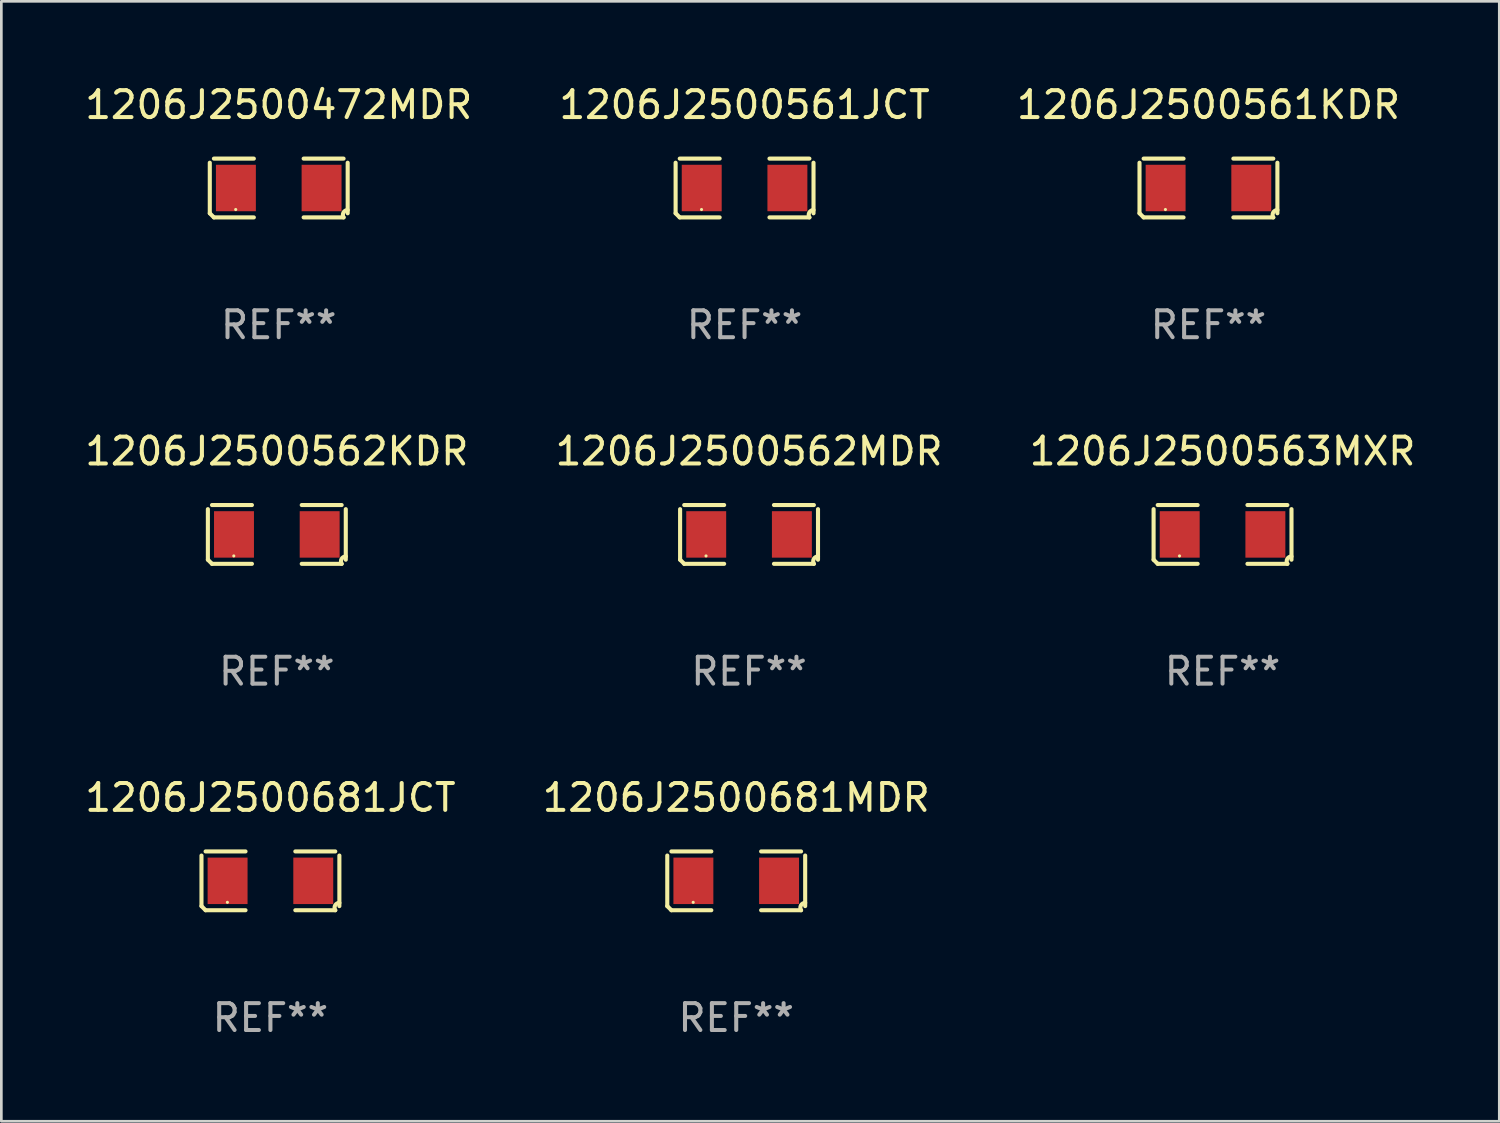
<source format=kicad_pcb>
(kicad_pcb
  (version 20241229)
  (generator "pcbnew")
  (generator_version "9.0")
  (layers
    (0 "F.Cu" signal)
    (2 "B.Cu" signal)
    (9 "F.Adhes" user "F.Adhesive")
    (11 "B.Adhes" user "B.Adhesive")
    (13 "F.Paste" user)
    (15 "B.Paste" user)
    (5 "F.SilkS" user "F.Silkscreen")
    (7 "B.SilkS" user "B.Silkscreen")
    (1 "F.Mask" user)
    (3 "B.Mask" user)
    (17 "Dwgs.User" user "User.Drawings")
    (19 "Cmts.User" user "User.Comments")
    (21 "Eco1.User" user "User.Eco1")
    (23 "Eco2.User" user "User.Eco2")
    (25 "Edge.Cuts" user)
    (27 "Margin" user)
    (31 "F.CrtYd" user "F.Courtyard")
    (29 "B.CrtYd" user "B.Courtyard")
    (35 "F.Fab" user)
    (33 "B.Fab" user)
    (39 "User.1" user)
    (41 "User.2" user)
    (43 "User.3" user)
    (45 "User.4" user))
  (footprint "1206J2500561KDR"
    (layer "F.Cu")
    (at 41.887 3.941)
    (property "Reference" "1206J2500561KDR" (at 0 -3.093 0) (layer "F.SilkS") (effects (font (size 1 1) (thickness 0.15))))
    (attr through_hole)
    (fp_line (start -2.564 0.94) (end -2.564 -0.94) (stroke (width 0.152) (type solid)) (layer "F.SilkS"))
    (fp_line (start -2.411 -1.093) (end -0.926 -1.093) (stroke (width 0.152) (type solid)) (layer "F.SilkS"))
    (fp_line (start -0.926 1.093) (end -2.411 1.093) (stroke (width 0.152) (type solid)) (layer "F.SilkS"))
    (fp_line (start 0.926 1.093) (end 2.411 1.093) (stroke (width 0.152) (type solid)) (layer "F.SilkS"))
    (fp_line (start 2.411 -1.093) (end 0.926 -1.093) (stroke (width 0.152) (type solid)) (layer "F.SilkS"))
    (fp_line (start 2.564 0.94) (end 2.564 -0.94) (stroke (width 0.152) (type solid)) (layer "F.SilkS"))
    (fp_arc (start -2.411201 1.092609) (mid -2.487413 1.01642) (end -2.563602 0.940208) (stroke (width 0.1524) (type solid)) (layer "F.SilkS"))
    (fp_arc (start 2.411201 1.092609) (mid 2.407159 0.911226) (end 2.563602 0.819347) (stroke (width 0.1524) (type solid)) (layer "F.SilkS"))
    (fp_circle (center -1.6 0.8) (end -1.57 0.8) (stroke (width 0.06) (type solid)) (fill no) (layer "F.SilkS"))
    (fp_text user "REF**" (at 0 5.093 0) (layer "F.Fab") (effects (font (size 1 1) (thickness 0.15))))
    (pad "1" smd rect (at -1.593 0) (size 1.485 1.728) (layers "F.Cu" "F.Mask" "F.Paste"))
    (pad "2" smd rect (at 1.593 0) (size 1.485 1.728) (layers "F.Cu" "F.Mask" "F.Paste")))
  (footprint "1206J2500472MDR"
    (layer "F.Cu")
    (at 7.315 3.941)
    (property "Reference" "1206J2500472MDR" (at 0 -3.093 0) (layer "F.SilkS") (effects (font (size 1 1) (thickness 0.15))))
    (attr through_hole)
    (fp_line (start -2.564 0.94) (end -2.564 -0.94) (stroke (width 0.152) (type solid)) (layer "F.SilkS"))
    (fp_line (start -2.411 -1.093) (end -0.926 -1.093) (stroke (width 0.152) (type solid)) (layer "F.SilkS"))
    (fp_line (start -0.926 1.093) (end -2.411 1.093) (stroke (width 0.152) (type solid)) (layer "F.SilkS"))
    (fp_line (start 0.926 1.093) (end 2.411 1.093) (stroke (width 0.152) (type solid)) (layer "F.SilkS"))
    (fp_line (start 2.411 -1.093) (end 0.926 -1.093) (stroke (width 0.152) (type solid)) (layer "F.SilkS"))
    (fp_line (start 2.564 0.94) (end 2.564 -0.94) (stroke (width 0.152) (type solid)) (layer "F.SilkS"))
    (fp_arc (start -2.411201 1.092609) (mid -2.487413 1.01642) (end -2.563602 0.940208) (stroke (width 0.1524) (type solid)) (layer "F.SilkS"))
    (fp_arc (start 2.411201 1.092609) (mid 2.407159 0.911226) (end 2.563602 0.819347) (stroke (width 0.1524) (type solid)) (layer "F.SilkS"))
    (fp_circle (center -1.6 0.8) (end -1.57 0.8) (stroke (width 0.06) (type solid)) (fill no) (layer "F.SilkS"))
    (fp_text user "REF**" (at 0 5.093 0) (layer "F.Fab") (effects (font (size 1 1) (thickness 0.15))))
    (pad "1" smd rect (at -1.593 0) (size 1.485 1.728) (layers "F.Cu" "F.Mask" "F.Paste"))
    (pad "2" smd rect (at 1.593 0) (size 1.485 1.728) (layers "F.Cu" "F.Mask" "F.Paste")))
  (footprint "1206J2500562MDR"
    (layer "F.Cu")
    (at 24.804 16.823)
    (property "Reference" "1206J2500562MDR" (at 0 -3.093 0) (layer "F.SilkS") (effects (font (size 1 1) (thickness 0.15))))
    (attr through_hole)
    (fp_line (start -2.564 0.94) (end -2.564 -0.94) (stroke (width 0.152) (type solid)) (layer "F.SilkS"))
    (fp_line (start -2.411 -1.093) (end -0.926 -1.093) (stroke (width 0.152) (type solid)) (layer "F.SilkS"))
    (fp_line (start -0.926 1.093) (end -2.411 1.093) (stroke (width 0.152) (type solid)) (layer "F.SilkS"))
    (fp_line (start 0.926 1.093) (end 2.411 1.093) (stroke (width 0.152) (type solid)) (layer "F.SilkS"))
    (fp_line (start 2.411 -1.093) (end 0.926 -1.093) (stroke (width 0.152) (type solid)) (layer "F.SilkS"))
    (fp_line (start 2.564 0.94) (end 2.564 -0.94) (stroke (width 0.152) (type solid)) (layer "F.SilkS"))
    (fp_arc (start -2.411201 1.092609) (mid -2.487413 1.01642) (end -2.563602 0.940208) (stroke (width 0.1524) (type solid)) (layer "F.SilkS"))
    (fp_arc (start 2.411201 1.092609) (mid 2.407159 0.911226) (end 2.563602 0.819347) (stroke (width 0.1524) (type solid)) (layer "F.SilkS"))
    (fp_circle (center -1.6 0.8) (end -1.57 0.8) (stroke (width 0.06) (type solid)) (fill no) (layer "F.SilkS"))
    (fp_text user "REF**" (at 0 5.093 0) (layer "F.Fab") (effects (font (size 1 1) (thickness 0.15))))
    (pad "1" smd rect (at -1.593 0) (size 1.485 1.728) (layers "F.Cu" "F.Mask" "F.Paste"))
    (pad "2" smd rect (at 1.593 0) (size 1.485 1.728) (layers "F.Cu" "F.Mask" "F.Paste")))
  (footprint "1206J2500562KDR"
    (layer "F.Cu")
    (at 7.244 16.823)
    (property "Reference" "1206J2500562KDR" (at 0 -3.093 0) (layer "F.SilkS") (effects (font (size 1 1) (thickness 0.15))))
    (attr through_hole)
    (fp_line (start -2.564 0.94) (end -2.564 -0.94) (stroke (width 0.152) (type solid)) (layer "F.SilkS"))
    (fp_line (start -2.411 -1.093) (end -0.926 -1.093) (stroke (width 0.152) (type solid)) (layer "F.SilkS"))
    (fp_line (start -0.926 1.093) (end -2.411 1.093) (stroke (width 0.152) (type solid)) (layer "F.SilkS"))
    (fp_line (start 0.926 1.093) (end 2.411 1.093) (stroke (width 0.152) (type solid)) (layer "F.SilkS"))
    (fp_line (start 2.411 -1.093) (end 0.926 -1.093) (stroke (width 0.152) (type solid)) (layer "F.SilkS"))
    (fp_line (start 2.564 0.94) (end 2.564 -0.94) (stroke (width 0.152) (type solid)) (layer "F.SilkS"))
    (fp_arc (start -2.411201 1.092609) (mid -2.487413 1.01642) (end -2.563602 0.940208) (stroke (width 0.1524) (type solid)) (layer "F.SilkS"))
    (fp_arc (start 2.411201 1.092609) (mid 2.407159 0.911226) (end 2.563602 0.819347) (stroke (width 0.1524) (type solid)) (layer "F.SilkS"))
    (fp_circle (center -1.6 0.8) (end -1.57 0.8) (stroke (width 0.06) (type solid)) (fill no) (layer "F.SilkS"))
    (fp_text user "REF**" (at 0 5.093 0) (layer "F.Fab") (effects (font (size 1 1) (thickness 0.15))))
    (pad "1" smd rect (at -1.593 0) (size 1.485 1.728) (layers "F.Cu" "F.Mask" "F.Paste"))
    (pad "2" smd rect (at 1.593 0) (size 1.485 1.728) (layers "F.Cu" "F.Mask" "F.Paste")))
  (footprint "1206J2500563MXR"
    (layer "F.Cu")
    (at 42.411 16.823)
    (property "Reference" "1206J2500563MXR" (at 0 -3.093 0) (layer "F.SilkS") (effects (font (size 1 1) (thickness 0.15))))
    (attr through_hole)
    (fp_line (start -2.564 0.94) (end -2.564 -0.94) (stroke (width 0.152) (type solid)) (layer "F.SilkS"))
    (fp_line (start -2.411 -1.093) (end -0.926 -1.093) (stroke (width 0.152) (type solid)) (layer "F.SilkS"))
    (fp_line (start -0.926 1.093) (end -2.411 1.093) (stroke (width 0.152) (type solid)) (layer "F.SilkS"))
    (fp_line (start 0.926 1.093) (end 2.411 1.093) (stroke (width 0.152) (type solid)) (layer "F.SilkS"))
    (fp_line (start 2.411 -1.093) (end 0.926 -1.093) (stroke (width 0.152) (type solid)) (layer "F.SilkS"))
    (fp_line (start 2.564 0.94) (end 2.564 -0.94) (stroke (width 0.152) (type solid)) (layer "F.SilkS"))
    (fp_arc (start -2.411201 1.092609) (mid -2.487413 1.01642) (end -2.563602 0.940208) (stroke (width 0.1524) (type solid)) (layer "F.SilkS"))
    (fp_arc (start 2.411201 1.092609) (mid 2.407159 0.911226) (end 2.563602 0.819347) (stroke (width 0.1524) (type solid)) (layer "F.SilkS"))
    (fp_circle (center -1.6 0.8) (end -1.57 0.8) (stroke (width 0.06) (type solid)) (fill no) (layer "F.SilkS"))
    (fp_text user "REF**" (at 0 5.093 0) (layer "F.Fab") (effects (font (size 1 1) (thickness 0.15))))
    (pad "1" smd rect (at -1.593 0) (size 1.485 1.728) (layers "F.Cu" "F.Mask" "F.Paste"))
    (pad "2" smd rect (at 1.593 0) (size 1.485 1.728) (layers "F.Cu" "F.Mask" "F.Paste")))
  (footprint "1206J2500681MDR"
    (layer "F.Cu")
    (at 24.327 29.704)
    (property "Reference" "1206J2500681MDR" (at 0 -3.093 0) (layer "F.SilkS") (effects (font (size 1 1) (thickness 0.15))))
    (attr through_hole)
    (fp_line (start -2.564 0.94) (end -2.564 -0.94) (stroke (width 0.152) (type solid)) (layer "F.SilkS"))
    (fp_line (start -2.411 -1.093) (end -0.926 -1.093) (stroke (width 0.152) (type solid)) (layer "F.SilkS"))
    (fp_line (start -0.926 1.093) (end -2.411 1.093) (stroke (width 0.152) (type solid)) (layer "F.SilkS"))
    (fp_line (start 0.926 1.093) (end 2.411 1.093) (stroke (width 0.152) (type solid)) (layer "F.SilkS"))
    (fp_line (start 2.411 -1.093) (end 0.926 -1.093) (stroke (width 0.152) (type solid)) (layer "F.SilkS"))
    (fp_line (start 2.564 0.94) (end 2.564 -0.94) (stroke (width 0.152) (type solid)) (layer "F.SilkS"))
    (fp_arc (start -2.411201 1.092609) (mid -2.487413 1.01642) (end -2.563602 0.940208) (stroke (width 0.1524) (type solid)) (layer "F.SilkS"))
    (fp_arc (start 2.411201 1.092609) (mid 2.407159 0.911226) (end 2.563602 0.819347) (stroke (width 0.1524) (type solid)) (layer "F.SilkS"))
    (fp_circle (center -1.6 0.8) (end -1.57 0.8) (stroke (width 0.06) (type solid)) (fill no) (layer "F.SilkS"))
    (fp_text user "REF**" (at 0 5.093 0) (layer "F.Fab") (effects (font (size 1 1) (thickness 0.15))))
    (pad "1" smd rect (at -1.593 0) (size 1.485 1.728) (layers "F.Cu" "F.Mask" "F.Paste"))
    (pad "2" smd rect (at 1.593 0) (size 1.485 1.728) (layers "F.Cu" "F.Mask" "F.Paste")))
  (footprint "1206J2500681JCT"
    (layer "F.Cu")
    (at 7.006 29.704)
    (property "Reference" "1206J2500681JCT" (at 0 -3.093 0) (layer "F.SilkS") (effects (font (size 1 1) (thickness 0.15))))
    (attr through_hole)
    (fp_line (start -2.564 0.94) (end -2.564 -0.94) (stroke (width 0.152) (type solid)) (layer "F.SilkS"))
    (fp_line (start -2.411 -1.093) (end -0.926 -1.093) (stroke (width 0.152) (type solid)) (layer "F.SilkS"))
    (fp_line (start -0.926 1.093) (end -2.411 1.093) (stroke (width 0.152) (type solid)) (layer "F.SilkS"))
    (fp_line (start 0.926 1.093) (end 2.411 1.093) (stroke (width 0.152) (type solid)) (layer "F.SilkS"))
    (fp_line (start 2.411 -1.093) (end 0.926 -1.093) (stroke (width 0.152) (type solid)) (layer "F.SilkS"))
    (fp_line (start 2.564 0.94) (end 2.564 -0.94) (stroke (width 0.152) (type solid)) (layer "F.SilkS"))
    (fp_arc (start -2.411201 1.092609) (mid -2.487413 1.01642) (end -2.563602 0.940208) (stroke (width 0.1524) (type solid)) (layer "F.SilkS"))
    (fp_arc (start 2.411201 1.092609) (mid 2.407159 0.911226) (end 2.563602 0.819347) (stroke (width 0.1524) (type solid)) (layer "F.SilkS"))
    (fp_circle (center -1.6 0.8) (end -1.57 0.8) (stroke (width 0.06) (type solid)) (fill no) (layer "F.SilkS"))
    (fp_text user "REF**" (at 0 5.093 0) (layer "F.Fab") (effects (font (size 1 1) (thickness 0.15))))
    (pad "1" smd rect (at -1.593 0) (size 1.485 1.728) (layers "F.Cu" "F.Mask" "F.Paste"))
    (pad "2" smd rect (at 1.593 0) (size 1.485 1.728) (layers "F.Cu" "F.Mask" "F.Paste")))
  (footprint "1206J2500561JCT"
    (layer "F.Cu")
    (at 24.637 3.941)
    (property "Reference" "1206J2500561JCT" (at 0 -3.093 0) (layer "F.SilkS") (effects (font (size 1 1) (thickness 0.15))))
    (attr through_hole)
    (fp_line (start -2.564 0.94) (end -2.564 -0.94) (stroke (width 0.152) (type solid)) (layer "F.SilkS"))
    (fp_line (start -2.411 -1.093) (end -0.926 -1.093) (stroke (width 0.152) (type solid)) (layer "F.SilkS"))
    (fp_line (start -0.926 1.093) (end -2.411 1.093) (stroke (width 0.152) (type solid)) (layer "F.SilkS"))
    (fp_line (start 0.926 1.093) (end 2.411 1.093) (stroke (width 0.152) (type solid)) (layer "F.SilkS"))
    (fp_line (start 2.411 -1.093) (end 0.926 -1.093) (stroke (width 0.152) (type solid)) (layer "F.SilkS"))
    (fp_line (start 2.564 0.94) (end 2.564 -0.94) (stroke (width 0.152) (type solid)) (layer "F.SilkS"))
    (fp_arc (start -2.411201 1.092609) (mid -2.487413 1.01642) (end -2.563602 0.940208) (stroke (width 0.1524) (type solid)) (layer "F.SilkS"))
    (fp_arc (start 2.411201 1.092609) (mid 2.407159 0.911226) (end 2.563602 0.819347) (stroke (width 0.1524) (type solid)) (layer "F.SilkS"))
    (fp_circle (center -1.6 0.8) (end -1.57 0.8) (stroke (width 0.06) (type solid)) (fill no) (layer "F.SilkS"))
    (fp_text user "REF**" (at 0 5.093 0) (layer "F.Fab") (effects (font (size 1 1) (thickness 0.15))))
    (pad "1" smd rect (at -1.593 0) (size 1.485 1.728) (layers "F.Cu" "F.Mask" "F.Paste"))
    (pad "2" smd rect (at 1.593 0) (size 1.485 1.728) (layers "F.Cu" "F.Mask" "F.Paste")))
  (gr_rect
    (start -3 -3)
    (end 52.702 38.645)
    (stroke (width 0.1) (type default))
    (fill no)
    (layer "Edge.Cuts")))
</source>
